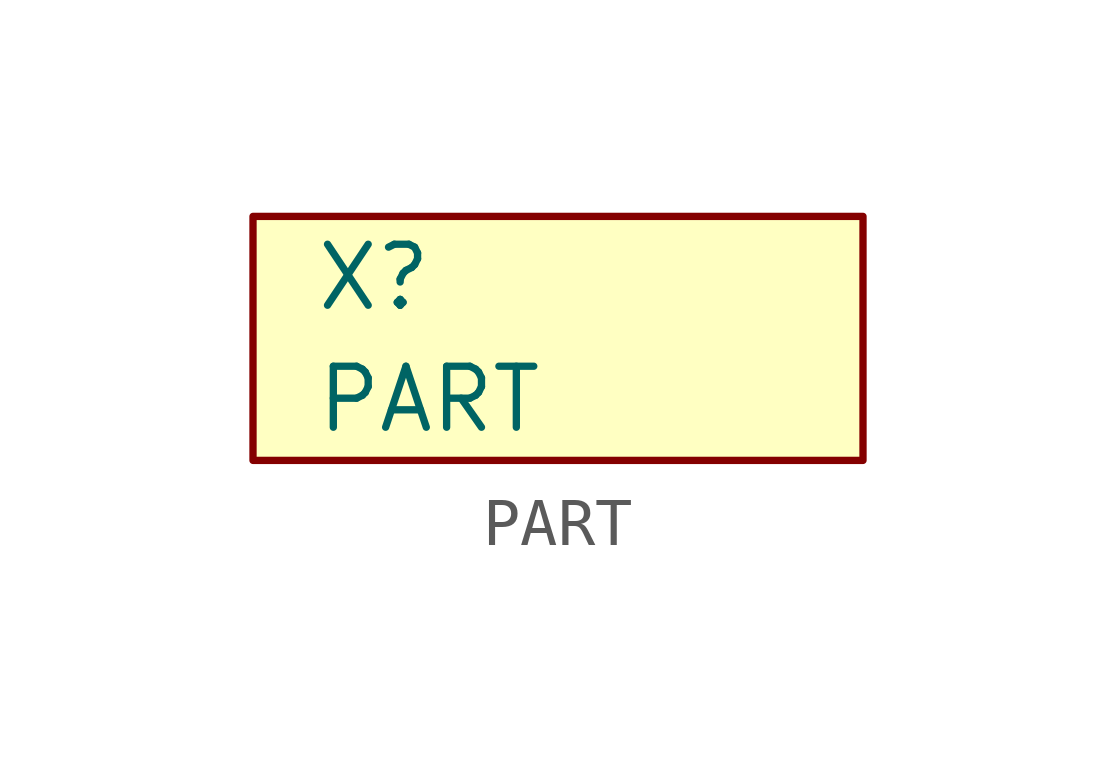
<source format=kicad_sym>
(kicad_symbol_lib
  (version 20211014)
  (generator kicad_symbol_editor)
  (symbol "PART"
    (pin_names
      (offset 1.016))
    (property "Reference" "X"
      (at 1.27 2.54 0)
      (effects (font (size 1.27 1.27)) (justify left)))
    (property "Value" "PART"
      (at 1.27 0 0)
      (effects (font (size 1.27 1.27)) (justify left)))
    (symbol "PART_0_1"
      (rectangle (start 0 3.81) (end 12.7 -1.27) (stroke (width 0) (type default) (color 0 0 0 0)) (fill (type background))))))
</source>
